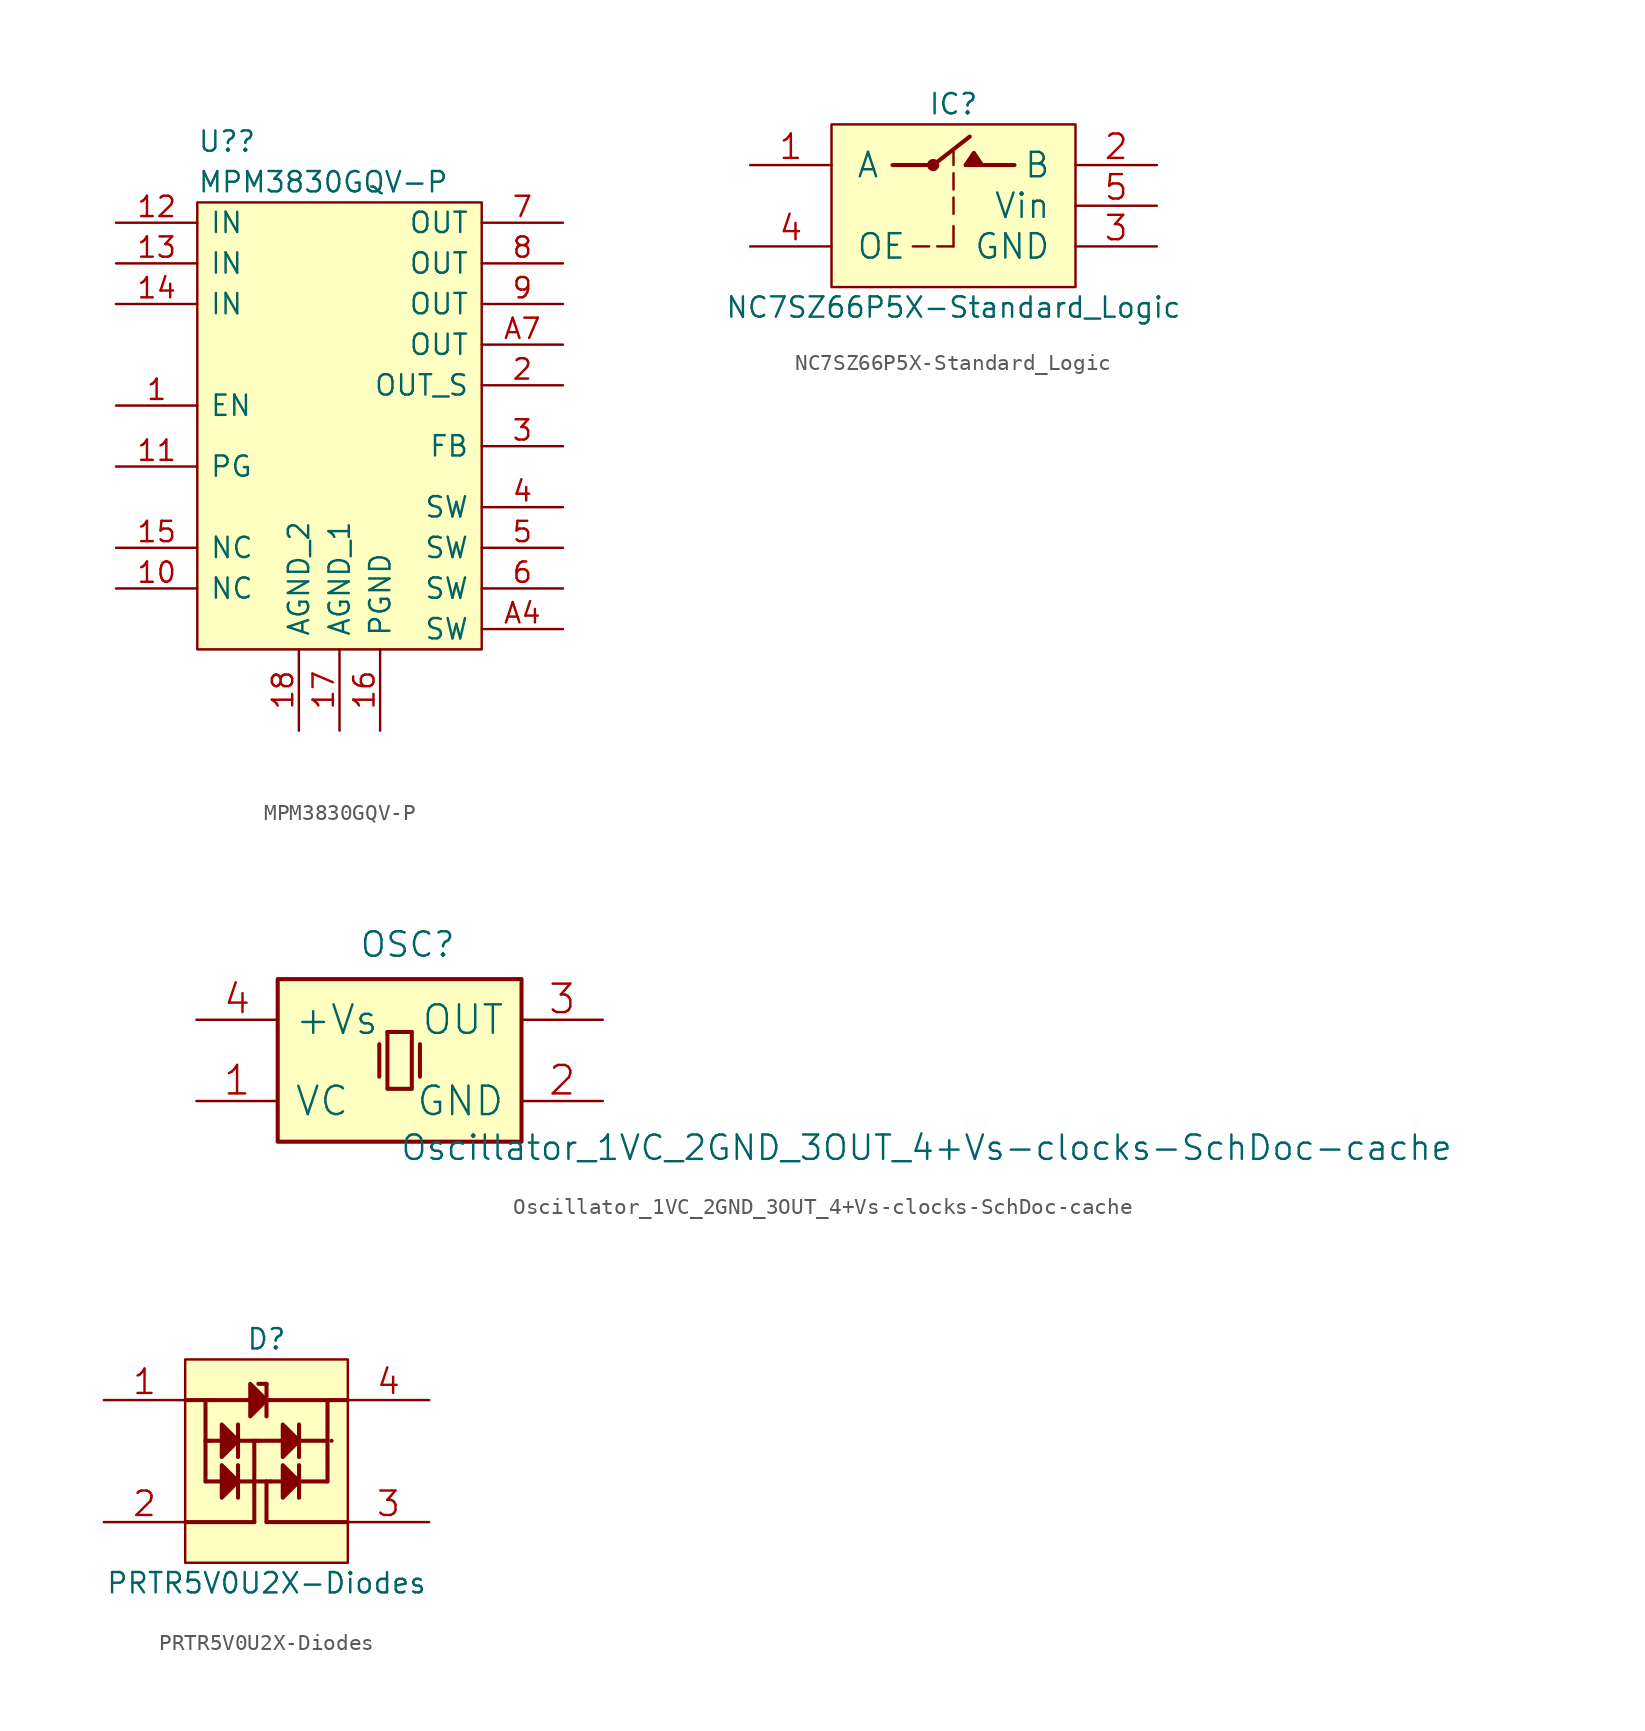
<source format=kicad_sym>
(kicad_symbol_lib
  (version 20211014)
  (generator kicad_symbol_editor)
  (symbol "MPM3830GQV-P"
    (pin_names
      (offset 0.762))
    (property "Reference" "U?"
      (at 5.08 6.35 0)
      (effects (font (size 1.27 1.27)) (justify left)))
    (property "Value" "MPM3830GQV-P"
      (at 5.08 3.81 0)
      (effects (font (size 1.27 1.27)) (justify left)))
    (symbol "MPM3830GQV-P_0_0"
      (pin passive line (at 0 -10.16 0) (length 5.08) (name "EN" (effects (font (size 1.27 1.27)))) (number "1" (effects (font (size 1.27 1.27)))))
      (pin passive line (at 0 -21.59 0) (length 5.08) (name "NC" (effects (font (size 1.27 1.27)))) (number "10" (effects (font (size 1.27 1.27)))))
      (pin passive line (at 0 -13.97 0) (length 5.08) (name "PG" (effects (font (size 1.27 1.27)))) (number "11" (effects (font (size 1.27 1.27)))))
      (pin passive line (at 0 1.27 0) (length 5.08) (name "IN" (effects (font (size 1.27 1.27)))) (number "12" (effects (font (size 1.27 1.27)))))
      (pin passive line (at 0 -1.27 0) (length 5.08) (name "IN" (effects (font (size 1.27 1.27)))) (number "13" (effects (font (size 1.27 1.27)))))
      (pin passive line (at 0 -3.81 0) (length 5.08) (name "IN" (effects (font (size 1.27 1.27)))) (number "14" (effects (font (size 1.27 1.27)))))
      (pin passive line (at 0 -19.05 0) (length 5.08) (name "NC" (effects (font (size 1.27 1.27)))) (number "15" (effects (font (size 1.27 1.27)))))
      (pin passive line (at 16.51 -30.48 90) (length 5.08) (name "PGND" (effects (font (size 1.27 1.27)))) (number "16" (effects (font (size 1.27 1.27)))))
      (pin passive line (at 13.97 -30.48 90) (length 5.08) (name "AGND_1" (effects (font (size 1.27 1.27)))) (number "17" (effects (font (size 1.27 1.27)))))
      (pin passive line (at 11.43 -30.48 90) (length 5.08) (name "AGND_2" (effects (font (size 1.27 1.27)))) (number "18" (effects (font (size 1.27 1.27)))))
      (pin passive line (at 27.94 -8.89 180) (length 5.08) (name "OUT_S" (effects (font (size 1.27 1.27)))) (number "2" (effects (font (size 1.27 1.27)))))
      (pin passive line (at 27.94 -12.7 180) (length 5.08) (name "FB" (effects (font (size 1.27 1.27)))) (number "3" (effects (font (size 1.27 1.27)))))
      (pin passive line (at 27.94 -16.51 180) (length 5.08) (name "SW" (effects (font (size 1.27 1.27)))) (number "4" (effects (font (size 1.27 1.27)))))
      (pin passive line (at 27.94 -19.05 180) (length 5.08) (name "SW" (effects (font (size 1.27 1.27)))) (number "5" (effects (font (size 1.27 1.27)))))
      (pin passive line (at 27.94 -21.59 180) (length 5.08) (name "SW" (effects (font (size 1.27 1.27)))) (number "6" (effects (font (size 1.27 1.27)))))
      (pin power_out line (at 27.94 1.27 180) (length 5.08) (name "OUT" (effects (font (size 1.27 1.27)))) (number "7" (effects (font (size 1.27 1.27)))))
      (pin passive line (at 27.94 -1.27 180) (length 5.08) (name "OUT" (effects (font (size 1.27 1.27)))) (number "8" (effects (font (size 1.27 1.27)))))
      (pin passive line (at 27.94 -3.81 180) (length 5.08) (name "OUT" (effects (font (size 1.27 1.27)))) (number "9" (effects (font (size 1.27 1.27)))))
      (pin passive line (at 27.94 -24.13 180) (length 5.08) (name "SW" (effects (font (size 1.27 1.27)))) (number "A4" (effects (font (size 1.27 1.27)))))
      (pin passive line (at 27.94 -6.35 180) (length 5.08) (name "OUT" (effects (font (size 1.27 1.27)))) (number "A7" (effects (font (size 1.27 1.27))))))
    (symbol "MPM3830GQV-P_0_1"
      (polyline (pts (xy 5.08 2.54) (xy 22.86 2.54) (xy 22.86 -25.4) (xy 5.08 -25.4) (xy 5.08 2.54)) (stroke (width 0.152) (type default) (color 0 0 0 0)) (fill (type background)))))
  (symbol "NC7SZ66P5X-Standard_Logic"
    (pin_names
      (offset 1.524))
    (property "Reference" "IC"
      (at 7.62 1.27 0)
      (effects (font (size 1.27 1.27))))
    (property "Value" "NC7SZ66P5X-Standard_Logic"
      (at 7.62 -11.43 0)
      (effects (font (size 1.27 1.27))))
    (property "ki_locked" ""
      (at 0 0 0)
      (effects (font (size 1.27 1.27))))
    (symbol "NC7SZ66P5X-Standard_Logic_0_1"
      (rectangle (start 0 -10.16) (end 15.24 0) (stroke (width 0) (type default) (color 0 0 0 0)) (fill (type background)))
      (polyline (pts (xy 3.81 -2.54) (xy 6.35 -2.54)) (stroke (width 0.254) (type default) (color 0 0 0 0)) (fill (type none)))
      (polyline (pts (xy 5.08 -7.62) (xy 6.096 -7.62)) (stroke (width 0) (type default) (color 0 0 0 0)) (fill (type none)))
      (polyline (pts (xy 6.35 -2.54) (xy 8.636 -0.762)) (stroke (width 0.254) (type default) (color 0 0 0 0)) (fill (type none)))
      (polyline (pts (xy 6.604 -7.62) (xy 7.62 -7.62)) (stroke (width 0) (type default) (color 0 0 0 0)) (fill (type none)))
      (polyline (pts (xy 7.62 -6.35) (xy 7.62 -7.62)) (stroke (width 0) (type default) (color 0 0 0 0)) (fill (type none)))
      (polyline (pts (xy 7.62 -5.588) (xy 7.62 -4.572)) (stroke (width 0) (type default) (color 0 0 0 0)) (fill (type none)))
      (polyline (pts (xy 7.62 -3.048) (xy 7.62 -4.064)) (stroke (width 0) (type default) (color 0 0 0 0)) (fill (type none)))
      (polyline (pts (xy 7.62 -1.524) (xy 7.62 -2.54)) (stroke (width 0) (type default) (color 0 0 0 0)) (fill (type none)))
      (polyline (pts (xy 11.43 -2.54) (xy 8.382 -2.54)) (stroke (width 0.254) (type default) (color 0 0 0 0)) (fill (type none)))
      (polyline (pts (xy 8.382 -2.54) (xy 8.89 -1.778) (xy 9.398 -2.54)) (stroke (width 0.254) (type default) (color 0 0 0 0)) (fill (type none)))
      (polyline (pts (xy 9.398 -2.54) (xy 8.89 -1.778) (xy 8.382 -2.54) (xy 9.398 -2.54)) (stroke (width 0) (type default) (color 0 0 0 0)) (fill (type outline)))
      (circle (center 6.35 -2.54) (radius 0.254) (stroke (width 0.254) (type default) (color 0 0 0 0)) (fill (type outline)))
      (pin bidirectional line (at -5.08 -2.54 0) (length 5.08) (name "A" (effects (font (size 1.524 1.524)))) (number "1" (effects (font (size 1.524 1.524)))))
      (pin bidirectional line (at 20.32 -2.54 180) (length 5.08) (name "B" (effects (font (size 1.524 1.524)))) (number "2" (effects (font (size 1.524 1.524)))))
      (pin power_in line (at 20.32 -7.62 180) (length 5.08) (name "GND" (effects (font (size 1.524 1.524)))) (number "3" (effects (font (size 1.524 1.524)))))
      (pin input line (at -5.08 -7.62 0) (length 5.08) (name "OE" (effects (font (size 1.524 1.524)))) (number "4" (effects (font (size 1.524 1.524)))))
      (pin power_in line (at 20.32 -5.08 180) (length 5.08) (name "Vin" (effects (font (size 1.524 1.524)))) (number "5" (effects (font (size 1.524 1.524)))))))
  (symbol "Oscillator_1VC_2GND_3OUT_4+Vs-clocks-SchDoc-cache"
    (pin_names
      (offset 1.016))
    (property "Reference" "OSC"
      (at 5.08 1.27 0)
      (effects (font (size 1.524 1.524)) (justify left bottom)))
    (property "Value" "Oscillator_1VC_2GND_3OUT_4+Vs-clocks-SchDoc-cache"
      (at 7.62 -11.43 0)
      (effects (font (size 1.524 1.524)) (justify left bottom)))
    (property "Footprint" ""
      (at 0 0 0)
      (effects (font (size 1.524 1.524))))
    (property "Datasheet" ""
      (at 0 0 0)
      (effects (font (size 1.524 1.524))))
    (symbol "Oscillator_1VC_2GND_3OUT_4+Vs-clocks-SchDoc-cache_0_1"
      (rectangle (start 0 -10.16) (end 15.24 0) (stroke (width 0.254) (type default) (color 0 0 0 0)) (fill (type background)))
      (polyline (pts (xy 6.35 -4.064) (xy 6.35 -6.096)) (stroke (width 0.254) (type default) (color 0 0 0 0)) (fill (type none)))
      (polyline (pts (xy 6.858 -3.302) (xy 8.382 -3.302)) (stroke (width 0.254) (type default) (color 0 0 0 0)) (fill (type none)))
      (polyline (pts (xy 8.89 -4.064) (xy 8.89 -6.096)) (stroke (width 0.254) (type default) (color 0 0 0 0)) (fill (type none)))
      (polyline (pts (xy 8.382 -3.302) (xy 8.382 -6.858) (xy 6.858 -6.858) (xy 6.858 -3.302)) (stroke (width 0.254) (type default) (color 0 0 0 0)) (fill (type none)))
      (pin input line (at -5.08 -7.62 0) (length 5.08) (name "VC" (effects (font (size 1.778 1.778)))) (number "1" (effects (font (size 1.778 1.778)))))
      (pin power_in line (at 20.32 -7.62 180) (length 5.08) (name "GND" (effects (font (size 1.778 1.778)))) (number "2" (effects (font (size 1.778 1.778)))))
      (pin output line (at 20.32 -2.54 180) (length 5.08) (name "OUT" (effects (font (size 1.778 1.778)))) (number "3" (effects (font (size 1.778 1.778)))))
      (pin power_in line (at -5.08 -2.54 0) (length 5.08) (name "+Vs" (effects (font (size 1.778 1.778)))) (number "4" (effects (font (size 1.778 1.778)))))))
  (symbol "PRTR5V0U2X-Diodes"
    (pin_names
      (offset 1.524))
    (property "Reference" "D"
      (at 5.08 1.27 0)
      (effects (font (size 1.27 1.27))))
    (property "Value" "PRTR5V0U2X-Diodes"
      (at 5.08 -13.97 0)
      (effects (font (size 1.27 1.27))))
    (property "ki_locked" ""
      (at 0 0 0)
      (effects (font (size 1.27 1.27))))
    (symbol "PRTR5V0U2X-Diodes_0_1"
      (rectangle (start 0 -12.7) (end 10.16 0) (stroke (width 0) (type default) (color 0 0 0 0)) (fill (type background)))
      (polyline (pts (xy 0 -2.54) (xy 10.16 -2.54)) (stroke (width 0.254) (type default) (color 0 0 0 0)) (fill (type none)))
      (polyline (pts (xy 1.27 -7.62) (xy 8.89 -7.62)) (stroke (width 0.254) (type default) (color 0 0 0 0)) (fill (type none)))
      (polyline (pts (xy 1.27 -5.08) (xy 8.89 -5.08)) (stroke (width 0.254) (type default) (color 0 0 0 0)) (fill (type none)))
      (polyline (pts (xy 1.27 -2.54) (xy 1.27 -7.62)) (stroke (width 0.254) (type default) (color 0 0 0 0)) (fill (type none)))
      (polyline (pts (xy 3.302 -6.604) (xy 3.302 -8.636)) (stroke (width 0.254) (type default) (color 0 0 0 0)) (fill (type none)))
      (polyline (pts (xy 3.302 -4.064) (xy 3.302 -6.096)) (stroke (width 0.254) (type default) (color 0 0 0 0)) (fill (type none)))
      (polyline (pts (xy 4.318 -10.16) (xy 0 -10.16)) (stroke (width 0.254) (type default) (color 0 0 0 0)) (fill (type none)))
      (polyline (pts (xy 4.318 -10.16) (xy 4.318 -5.08)) (stroke (width 0.254) (type default) (color 0 0 0 0)) (fill (type none)))
      (polyline (pts (xy 4.572 -1.524) (xy 5.08 -1.524)) (stroke (width 0.254) (type default) (color 0 0 0 0)) (fill (type none)))
      (polyline (pts (xy 5.08 -7.62) (xy 5.08 -10.16)) (stroke (width 0.254) (type default) (color 0 0 0 0)) (fill (type none)))
      (polyline (pts (xy 5.08 -1.524) (xy 5.08 -3.556)) (stroke (width 0.254) (type default) (color 0 0 0 0)) (fill (type none)))
      (polyline (pts (xy 7.112 -6.604) (xy 7.112 -8.636)) (stroke (width 0.254) (type default) (color 0 0 0 0)) (fill (type none)))
      (polyline (pts (xy 7.112 -4.064) (xy 7.112 -6.096)) (stroke (width 0.254) (type default) (color 0 0 0 0)) (fill (type none)))
      (polyline (pts (xy 8.89 -2.54) (xy 8.89 -7.62)) (stroke (width 0.254) (type default) (color 0 0 0 0)) (fill (type none)))
      (polyline (pts (xy 10.16 -10.16) (xy 5.08 -10.16)) (stroke (width 0.254) (type default) (color 0 0 0 0)) (fill (type none)))
      (polyline (pts (xy 2.286 -8.636) (xy 3.302 -7.62) (xy 2.286 -6.604) (xy 2.286 -8.636)) (stroke (width 0.254) (type default) (color 0 0 0 0)) (fill (type outline)))
      (polyline (pts (xy 2.286 -6.096) (xy 3.302 -5.08) (xy 2.286 -4.064) (xy 2.286 -6.096)) (stroke (width 0.254) (type default) (color 0 0 0 0)) (fill (type outline)))
      (polyline (pts (xy 4.064 -3.556) (xy 5.08 -2.54) (xy 4.064 -1.524) (xy 4.064 -3.556)) (stroke (width 0.254) (type default) (color 0 0 0 0)) (fill (type outline)))
      (polyline (pts (xy 6.096 -8.636) (xy 7.112 -7.62) (xy 6.096 -6.604) (xy 6.096 -8.636)) (stroke (width 0.254) (type default) (color 0 0 0 0)) (fill (type outline)))
      (polyline (pts (xy 6.096 -6.096) (xy 7.112 -5.08) (xy 6.096 -4.064) (xy 6.096 -6.096)) (stroke (width 0.254) (type default) (color 0 0 0 0)) (fill (type outline)))
      (arc (start 1.524 -5.08) (mid 1.016 -5.08) (end 1.524 -5.08) (stroke (width 0.254) (type default) (color 0 0 0 0)) (fill (type none)))
      (arc (start 1.524 -2.54) (mid 1.016 -2.54) (end 1.524 -2.54) (stroke (width 0.254) (type default) (color 0 0 0 0)) (fill (type none)))
      (arc (start 4.572 -5.08) (mid 4.064 -5.08) (end 4.572 -5.08) (stroke (width 0.254) (type default) (color 0 0 0 0)) (fill (type none)))
      (arc (start 5.334 -7.62) (mid 4.826 -7.62) (end 5.334 -7.62) (stroke (width 0.254) (type default) (color 0 0 0 0)) (fill (type none)))
      (arc (start 9.144 -5.08) (mid 8.636 -5.08) (end 9.144 -5.08) (stroke (width 0.254) (type default) (color 0 0 0 0)) (fill (type none)))
      (arc (start 9.144 -2.54) (mid 8.636 -2.54) (end 9.144 -2.54) (stroke (width 0.254) (type default) (color 0 0 0 0)) (fill (type none)))
      (pin power_in line (at -5.08 -2.54 0) (length 5.08) (name "GND" (effects (font (size 0 0)))) (number "1" (effects (font (size 1.524 1.524)))))
      (pin bidirectional line (at -5.08 -10.16 0) (length 5.08) (name "I/O1" (effects (font (size 0 0)))) (number "2" (effects (font (size 1.524 1.524)))))
      (pin bidirectional line (at 15.24 -10.16 180) (length 5.08) (name "I/O2" (effects (font (size 0 0)))) (number "3" (effects (font (size 1.524 1.524)))))
      (pin power_in line (at 15.24 -2.54 180) (length 5.08) (name "VCC" (effects (font (size 0 0)))) (number "4" (effects (font (size 1.524 1.524))))))))
</source>
